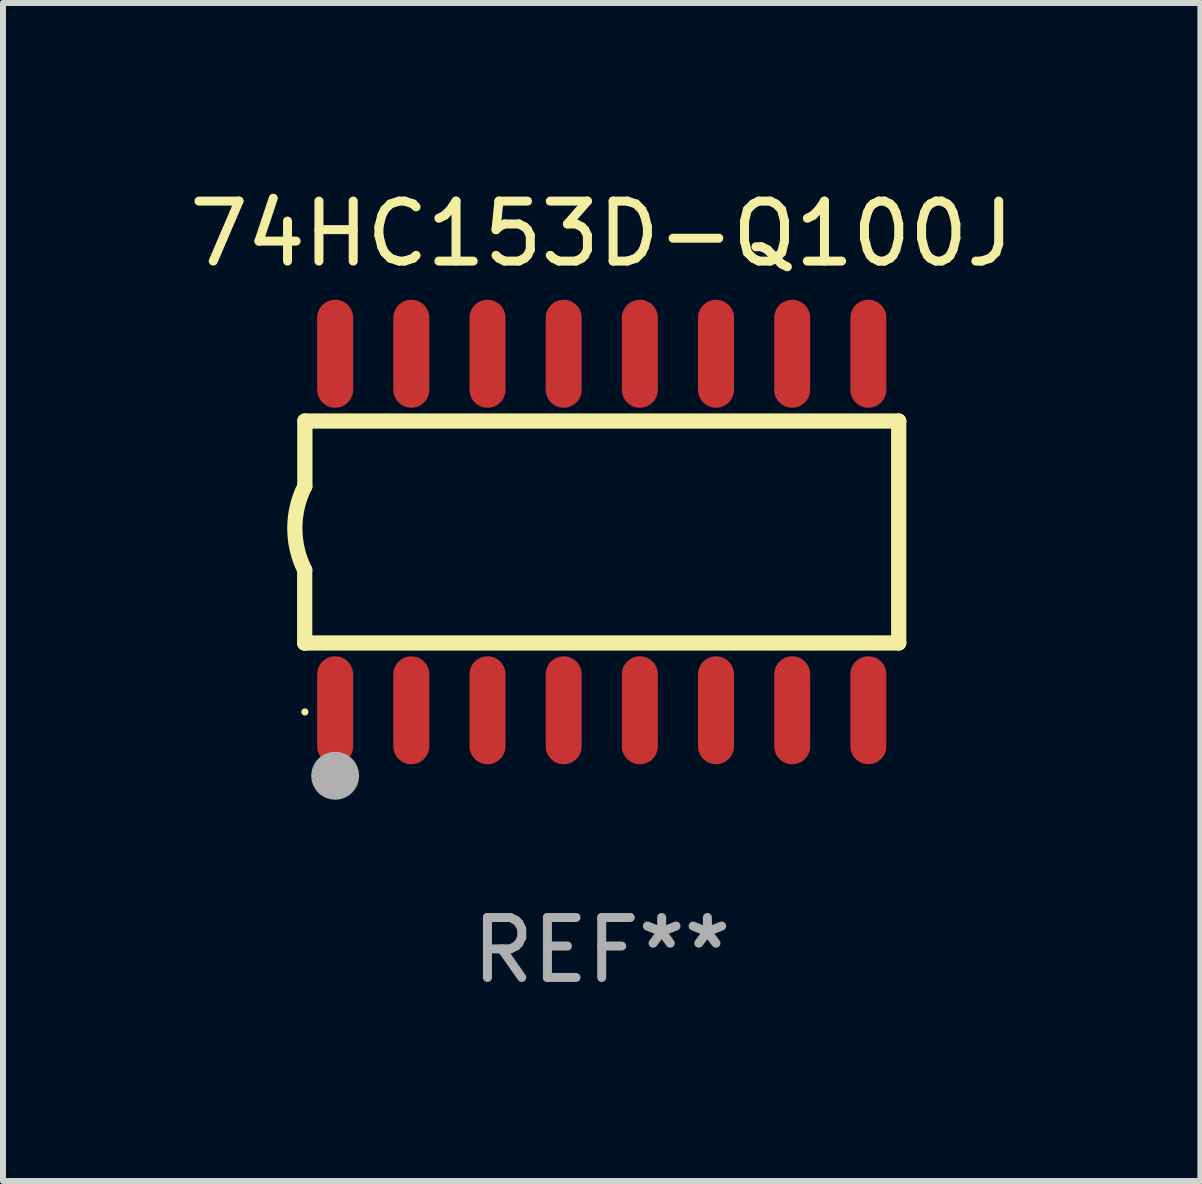
<source format=kicad_pcb>
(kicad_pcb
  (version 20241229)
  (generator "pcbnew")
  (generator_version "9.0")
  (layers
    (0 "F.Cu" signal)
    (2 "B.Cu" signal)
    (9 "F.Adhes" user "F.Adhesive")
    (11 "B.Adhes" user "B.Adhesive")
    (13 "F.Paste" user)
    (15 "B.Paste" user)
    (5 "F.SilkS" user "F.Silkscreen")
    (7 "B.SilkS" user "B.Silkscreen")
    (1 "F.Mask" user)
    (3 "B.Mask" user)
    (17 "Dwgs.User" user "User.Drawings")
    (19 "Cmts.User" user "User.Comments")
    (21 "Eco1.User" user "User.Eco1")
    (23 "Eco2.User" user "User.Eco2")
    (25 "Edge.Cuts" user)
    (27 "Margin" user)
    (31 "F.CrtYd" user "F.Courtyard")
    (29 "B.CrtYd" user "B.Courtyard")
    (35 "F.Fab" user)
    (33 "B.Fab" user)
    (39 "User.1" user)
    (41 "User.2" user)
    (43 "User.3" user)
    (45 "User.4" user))
  (footprint "74HC153D-Q100J"
    (layer "F.Cu")
    (at 6.982 5.82)
    (property "Reference" "74HC153D-Q100J" (at 0 -4.972 0) (layer "F.SilkS") (effects (font (size 1 1) (thickness 0.15))))
    (attr through_hole)
    (fp_line (start -4.952 0.635) (end -4.952 1.85) (stroke (width 0.254) (type solid)) (layer "F.SilkS"))
    (fp_line (start -4.952 1.85) (end -4.949 1.85) (stroke (width 0.254) (type solid)) (layer "F.SilkS"))
    (fp_line (start -4.949 -1.85) (end -4.949 -0.762) (stroke (width 0.254) (type solid)) (layer "F.SilkS"))
    (fp_line (start -4.949 1.85) (end 4.952 1.85) (stroke (width 0.254) (type solid)) (layer "F.SilkS"))
    (fp_line (start 4.952 -1.85) (end -4.949 -1.85) (stroke (width 0.254) (type solid)) (layer "F.SilkS"))
    (fp_line (start 4.952 1.85) (end 4.952 -1.85) (stroke (width 0.254) (type solid)) (layer "F.SilkS"))
    (fp_arc (start -4.951524 0.635001) (mid -5.116418 -0.0635) (end -4.951524 -0.762002) (stroke (width 0.254001) (type solid)) (layer "F.SilkS"))
    (fp_circle (center -4.949 3) (end -4.919 3) (stroke (width 0.06) (type solid)) (fill no) (layer "F.SilkS"))
    (fp_circle (center -4.444 4.064) (end -4.244 4.064) (stroke (width 0.4) (type solid)) (fill no) (layer "F.Fab"))
    (fp_text user "REF**" (at 0 6.972 0) (layer "F.Fab") (effects (font (size 1 1) (thickness 0.15))))
    (pad "1" smd oval (at -4.444 2.972 180) (size 0.6 1.8) (layers "F.Cu" "F.Mask" "F.Paste"))
    (pad "2" smd oval (at -3.174 2.972 180) (size 0.6 1.8) (layers "F.Cu" "F.Mask" "F.Paste"))
    (pad "3" smd oval (at -1.904 2.972 180) (size 0.6 1.8) (layers "F.Cu" "F.Mask" "F.Paste"))
    (pad "4" smd oval (at -0.634 2.972 180) (size 0.6 1.8) (layers "F.Cu" "F.Mask" "F.Paste"))
    (pad "5" smd oval (at 0.636 2.972 180) (size 0.6 1.8) (layers "F.Cu" "F.Mask" "F.Paste"))
    (pad "6" smd oval (at 1.906 2.972 180) (size 0.6 1.8) (layers "F.Cu" "F.Mask" "F.Paste"))
    (pad "7" smd oval (at 3.176 2.972 180) (size 0.6 1.8) (layers "F.Cu" "F.Mask" "F.Paste"))
    (pad "8" smd oval (at 4.446 2.972 180) (size 0.6 1.8) (layers "F.Cu" "F.Mask" "F.Paste"))
    (pad "9" smd oval (at 4.446 -2.972 180) (size 0.6 1.8) (layers "F.Cu" "F.Mask" "F.Paste"))
    (pad "10" smd oval (at 3.176 -2.972 180) (size 0.6 1.8) (layers "F.Cu" "F.Mask" "F.Paste"))
    (pad "11" smd oval (at 1.906 -2.972 180) (size 0.6 1.8) (layers "F.Cu" "F.Mask" "F.Paste"))
    (pad "12" smd oval (at 0.636 -2.972 180) (size 0.6 1.8) (layers "F.Cu" "F.Mask" "F.Paste"))
    (pad "13" smd oval (at -0.634 -2.972 180) (size 0.6 1.8) (layers "F.Cu" "F.Mask" "F.Paste"))
    (pad "14" smd oval (at -1.904 -2.972 180) (size 0.6 1.8) (layers "F.Cu" "F.Mask" "F.Paste"))
    (pad "15" smd oval (at -3.174 -2.972 180) (size 0.6 1.8) (layers "F.Cu" "F.Mask" "F.Paste"))
    (pad "16" smd oval (at -4.444 -2.972 180) (size 0.6 1.8) (layers "F.Cu" "F.Mask" "F.Paste")))
  (gr_rect
    (start -3 -3)
    (end 16.964 16.64)
    (stroke (width 0.1) (type default))
    (fill no)
    (layer "Edge.Cuts")))
</source>
